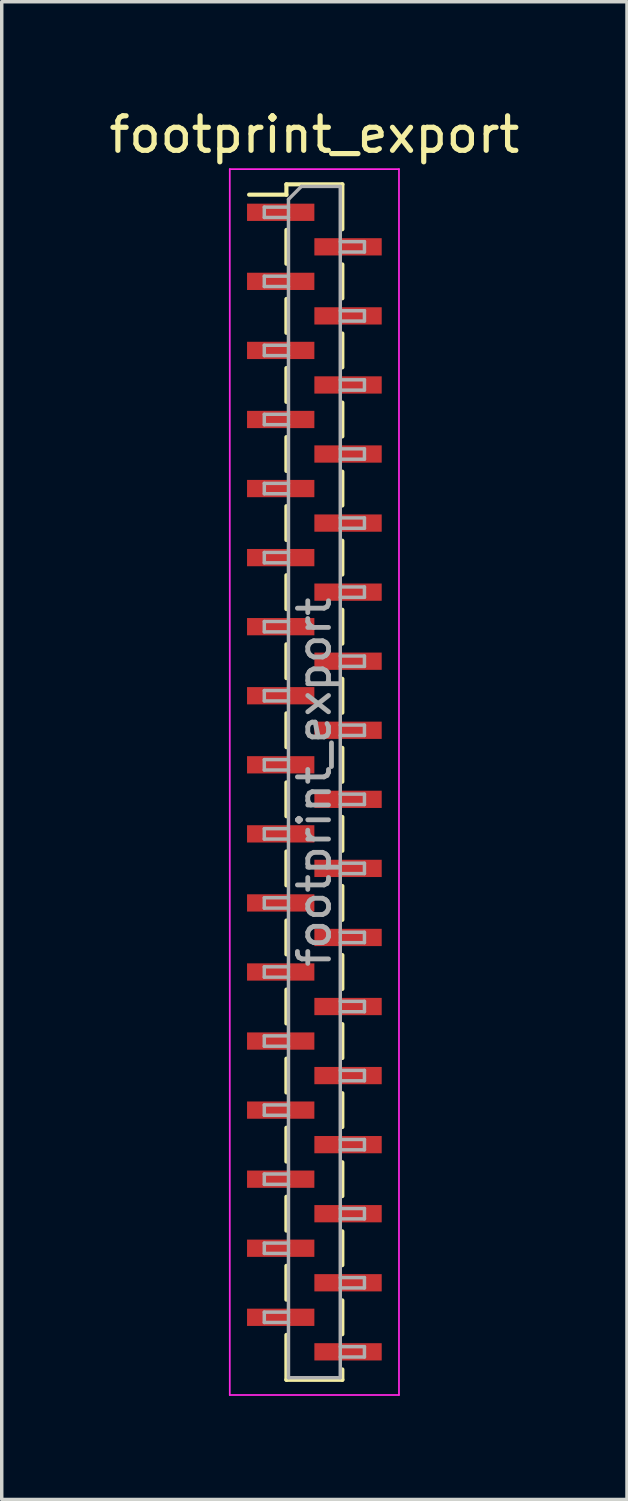
<source format=kicad_pcb>
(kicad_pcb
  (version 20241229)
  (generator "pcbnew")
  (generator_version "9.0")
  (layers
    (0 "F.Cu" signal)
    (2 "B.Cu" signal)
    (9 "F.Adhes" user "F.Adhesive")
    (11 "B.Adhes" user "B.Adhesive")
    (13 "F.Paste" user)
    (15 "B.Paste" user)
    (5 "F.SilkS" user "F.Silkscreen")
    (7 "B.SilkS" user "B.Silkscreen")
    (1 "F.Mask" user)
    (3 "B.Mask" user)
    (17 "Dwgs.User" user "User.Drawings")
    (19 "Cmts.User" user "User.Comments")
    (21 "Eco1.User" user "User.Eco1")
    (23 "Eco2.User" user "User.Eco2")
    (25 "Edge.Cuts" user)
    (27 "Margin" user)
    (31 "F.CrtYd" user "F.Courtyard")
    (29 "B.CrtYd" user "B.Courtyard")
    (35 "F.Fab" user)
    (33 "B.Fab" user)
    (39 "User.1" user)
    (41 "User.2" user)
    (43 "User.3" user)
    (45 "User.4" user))
  (footprint "footprint_export"
    (layer "F.Cu")
    (at 6.054 19.598)
    (property "Reference" "footprint_export" (at 0 -18.75 0) (layer "F.SilkS") (effects (font (size 1 1) (thickness 0.15))))
    (attr smd)
    (fp_line (start -1.89 -17.01) (end -0.81 -17.01) (stroke (width 0.12) (type solid)) (layer "F.SilkS"))
    (fp_line (start -0.81 -17.31) (end -0.81 -17.01) (stroke (width 0.12) (type solid)) (layer "F.SilkS"))
    (fp_line (start -0.81 -17.31) (end 0.81 -17.31) (stroke (width 0.12) (type solid)) (layer "F.SilkS"))
    (fp_line (start -0.81 -15.99) (end -0.81 -15.01) (stroke (width 0.12) (type solid)) (layer "F.SilkS"))
    (fp_line (start -0.81 -13.99) (end -0.81 -13.01) (stroke (width 0.12) (type solid)) (layer "F.SilkS"))
    (fp_line (start -0.81 -11.99) (end -0.81 -11.01) (stroke (width 0.12) (type solid)) (layer "F.SilkS"))
    (fp_line (start -0.81 -9.99) (end -0.81 -9.01) (stroke (width 0.12) (type solid)) (layer "F.SilkS"))
    (fp_line (start -0.81 -7.99) (end -0.81 -7.01) (stroke (width 0.12) (type solid)) (layer "F.SilkS"))
    (fp_line (start -0.81 -5.99) (end -0.81 -5.01) (stroke (width 0.12) (type solid)) (layer "F.SilkS"))
    (fp_line (start -0.81 -3.99) (end -0.81 -3.01) (stroke (width 0.12) (type solid)) (layer "F.SilkS"))
    (fp_line (start -0.81 -1.99) (end -0.81 -1.01) (stroke (width 0.12) (type solid)) (layer "F.SilkS"))
    (fp_line (start -0.81 0.01) (end -0.81 0.99) (stroke (width 0.12) (type solid)) (layer "F.SilkS"))
    (fp_line (start -0.81 2.01) (end -0.81 2.99) (stroke (width 0.12) (type solid)) (layer "F.SilkS"))
    (fp_line (start -0.81 4.01) (end -0.81 4.99) (stroke (width 0.12) (type solid)) (layer "F.SilkS"))
    (fp_line (start -0.81 6.01) (end -0.81 6.99) (stroke (width 0.12) (type solid)) (layer "F.SilkS"))
    (fp_line (start -0.81 8.01) (end -0.81 8.99) (stroke (width 0.12) (type solid)) (layer "F.SilkS"))
    (fp_line (start -0.81 10.01) (end -0.81 10.99) (stroke (width 0.12) (type solid)) (layer "F.SilkS"))
    (fp_line (start -0.81 12.01) (end -0.81 12.99) (stroke (width 0.12) (type solid)) (layer "F.SilkS"))
    (fp_line (start -0.81 14.01) (end -0.81 14.99) (stroke (width 0.12) (type solid)) (layer "F.SilkS"))
    (fp_line (start -0.81 16.01) (end -0.81 17.31) (stroke (width 0.12) (type solid)) (layer "F.SilkS"))
    (fp_line (start -0.81 17.31) (end 0.81 17.31) (stroke (width 0.12) (type solid)) (layer "F.SilkS"))
    (fp_line (start 0.81 -17.31) (end 0.81 -16.01) (stroke (width 0.12) (type solid)) (layer "F.SilkS"))
    (fp_line (start 0.81 -14.99) (end 0.81 -14.01) (stroke (width 0.12) (type solid)) (layer "F.SilkS"))
    (fp_line (start 0.81 -12.99) (end 0.81 -12.01) (stroke (width 0.12) (type solid)) (layer "F.SilkS"))
    (fp_line (start 0.81 -10.99) (end 0.81 -10.01) (stroke (width 0.12) (type solid)) (layer "F.SilkS"))
    (fp_line (start 0.81 -8.99) (end 0.81 -8.01) (stroke (width 0.12) (type solid)) (layer "F.SilkS"))
    (fp_line (start 0.81 -6.99) (end 0.81 -6.01) (stroke (width 0.12) (type solid)) (layer "F.SilkS"))
    (fp_line (start 0.81 -4.99) (end 0.81 -4.01) (stroke (width 0.12) (type solid)) (layer "F.SilkS"))
    (fp_line (start 0.81 -2.99) (end 0.81 -2.01) (stroke (width 0.12) (type solid)) (layer "F.SilkS"))
    (fp_line (start 0.81 -0.99) (end 0.81 -0.01) (stroke (width 0.12) (type solid)) (layer "F.SilkS"))
    (fp_line (start 0.81 1.01) (end 0.81 1.99) (stroke (width 0.12) (type solid)) (layer "F.SilkS"))
    (fp_line (start 0.81 3.01) (end 0.81 3.99) (stroke (width 0.12) (type solid)) (layer "F.SilkS"))
    (fp_line (start 0.81 5.01) (end 0.81 5.99) (stroke (width 0.12) (type solid)) (layer "F.SilkS"))
    (fp_line (start 0.81 7.01) (end 0.81 7.99) (stroke (width 0.12) (type solid)) (layer "F.SilkS"))
    (fp_line (start 0.81 9.01) (end 0.81 9.99) (stroke (width 0.12) (type solid)) (layer "F.SilkS"))
    (fp_line (start 0.81 11.01) (end 0.81 11.99) (stroke (width 0.12) (type solid)) (layer "F.SilkS"))
    (fp_line (start 0.81 13.01) (end 0.81 13.99) (stroke (width 0.12) (type solid)) (layer "F.SilkS"))
    (fp_line (start 0.81 15.01) (end 0.81 15.99) (stroke (width 0.12) (type solid)) (layer "F.SilkS"))
    (fp_line (start 0.81 17.01) (end 0.81 17.31) (stroke (width 0.12) (type solid)) (layer "F.SilkS"))
    (fp_line (start -2.45 -17.75) (end 2.45 -17.75) (stroke (width 0.05) (type solid)) (layer "F.CrtYd"))
    (fp_line (start -2.45 17.75) (end -2.45 -17.75) (stroke (width 0.05) (type solid)) (layer "F.CrtYd"))
    (fp_line (start 2.45 -17.75) (end 2.45 17.75) (stroke (width 0.05) (type solid)) (layer "F.CrtYd"))
    (fp_line (start 2.45 17.75) (end -2.45 17.75) (stroke (width 0.05) (type solid)) (layer "F.CrtYd"))
    (fp_line (start -1.45 -16.65) (end -0.75 -16.65) (stroke (width 0.1) (type solid)) (layer "F.Fab"))
    (fp_line (start -1.45 -16.35) (end -1.45 -16.65) (stroke (width 0.1) (type solid)) (layer "F.Fab"))
    (fp_line (start -1.45 -14.65) (end -0.75 -14.65) (stroke (width 0.1) (type solid)) (layer "F.Fab"))
    (fp_line (start -1.45 -14.35) (end -1.45 -14.65) (stroke (width 0.1) (type solid)) (layer "F.Fab"))
    (fp_line (start -1.45 -12.65) (end -0.75 -12.65) (stroke (width 0.1) (type solid)) (layer "F.Fab"))
    (fp_line (start -1.45 -12.35) (end -1.45 -12.65) (stroke (width 0.1) (type solid)) (layer "F.Fab"))
    (fp_line (start -1.45 -10.65) (end -0.75 -10.65) (stroke (width 0.1) (type solid)) (layer "F.Fab"))
    (fp_line (start -1.45 -10.35) (end -1.45 -10.65) (stroke (width 0.1) (type solid)) (layer "F.Fab"))
    (fp_line (start -1.45 -8.65) (end -0.75 -8.65) (stroke (width 0.1) (type solid)) (layer "F.Fab"))
    (fp_line (start -1.45 -8.35) (end -1.45 -8.65) (stroke (width 0.1) (type solid)) (layer "F.Fab"))
    (fp_line (start -1.45 -6.65) (end -0.75 -6.65) (stroke (width 0.1) (type solid)) (layer "F.Fab"))
    (fp_line (start -1.45 -6.35) (end -1.45 -6.65) (stroke (width 0.1) (type solid)) (layer "F.Fab"))
    (fp_line (start -1.45 -4.65) (end -0.75 -4.65) (stroke (width 0.1) (type solid)) (layer "F.Fab"))
    (fp_line (start -1.45 -4.35) (end -1.45 -4.65) (stroke (width 0.1) (type solid)) (layer "F.Fab"))
    (fp_line (start -1.45 -2.65) (end -0.75 -2.65) (stroke (width 0.1) (type solid)) (layer "F.Fab"))
    (fp_line (start -1.45 -2.35) (end -1.45 -2.65) (stroke (width 0.1) (type solid)) (layer "F.Fab"))
    (fp_line (start -1.45 -0.65) (end -0.75 -0.65) (stroke (width 0.1) (type solid)) (layer "F.Fab"))
    (fp_line (start -1.45 -0.35) (end -1.45 -0.65) (stroke (width 0.1) (type solid)) (layer "F.Fab"))
    (fp_line (start -1.45 1.35) (end -0.75 1.35) (stroke (width 0.1) (type solid)) (layer "F.Fab"))
    (fp_line (start -1.45 1.65) (end -1.45 1.35) (stroke (width 0.1) (type solid)) (layer "F.Fab"))
    (fp_line (start -1.45 3.35) (end -0.75 3.35) (stroke (width 0.1) (type solid)) (layer "F.Fab"))
    (fp_line (start -1.45 3.65) (end -1.45 3.35) (stroke (width 0.1) (type solid)) (layer "F.Fab"))
    (fp_line (start -1.45 5.35) (end -0.75 5.35) (stroke (width 0.1) (type solid)) (layer "F.Fab"))
    (fp_line (start -1.45 5.65) (end -1.45 5.35) (stroke (width 0.1) (type solid)) (layer "F.Fab"))
    (fp_line (start -1.45 7.35) (end -0.75 7.35) (stroke (width 0.1) (type solid)) (layer "F.Fab"))
    (fp_line (start -1.45 7.65) (end -1.45 7.35) (stroke (width 0.1) (type solid)) (layer "F.Fab"))
    (fp_line (start -1.45 9.35) (end -0.75 9.35) (stroke (width 0.1) (type solid)) (layer "F.Fab"))
    (fp_line (start -1.45 9.65) (end -1.45 9.35) (stroke (width 0.1) (type solid)) (layer "F.Fab"))
    (fp_line (start -1.45 11.35) (end -0.75 11.35) (stroke (width 0.1) (type solid)) (layer "F.Fab"))
    (fp_line (start -1.45 11.65) (end -1.45 11.35) (stroke (width 0.1) (type solid)) (layer "F.Fab"))
    (fp_line (start -1.45 13.35) (end -0.75 13.35) (stroke (width 0.1) (type solid)) (layer "F.Fab"))
    (fp_line (start -1.45 13.65) (end -1.45 13.35) (stroke (width 0.1) (type solid)) (layer "F.Fab"))
    (fp_line (start -1.45 15.35) (end -0.75 15.35) (stroke (width 0.1) (type solid)) (layer "F.Fab"))
    (fp_line (start -1.45 15.65) (end -1.45 15.35) (stroke (width 0.1) (type solid)) (layer "F.Fab"))
    (fp_line (start -0.75 -16.875) (end -0.375 -17.25) (stroke (width 0.1) (type solid)) (layer "F.Fab"))
    (fp_line (start -0.75 -16.35) (end -1.45 -16.35) (stroke (width 0.1) (type solid)) (layer "F.Fab"))
    (fp_line (start -0.75 -14.35) (end -1.45 -14.35) (stroke (width 0.1) (type solid)) (layer "F.Fab"))
    (fp_line (start -0.75 -12.35) (end -1.45 -12.35) (stroke (width 0.1) (type solid)) (layer "F.Fab"))
    (fp_line (start -0.75 -10.35) (end -1.45 -10.35) (stroke (width 0.1) (type solid)) (layer "F.Fab"))
    (fp_line (start -0.75 -8.35) (end -1.45 -8.35) (stroke (width 0.1) (type solid)) (layer "F.Fab"))
    (fp_line (start -0.75 -6.35) (end -1.45 -6.35) (stroke (width 0.1) (type solid)) (layer "F.Fab"))
    (fp_line (start -0.75 -4.35) (end -1.45 -4.35) (stroke (width 0.1) (type solid)) (layer "F.Fab"))
    (fp_line (start -0.75 -2.35) (end -1.45 -2.35) (stroke (width 0.1) (type solid)) (layer "F.Fab"))
    (fp_line (start -0.75 -0.35) (end -1.45 -0.35) (stroke (width 0.1) (type solid)) (layer "F.Fab"))
    (fp_line (start -0.75 1.65) (end -1.45 1.65) (stroke (width 0.1) (type solid)) (layer "F.Fab"))
    (fp_line (start -0.75 3.65) (end -1.45 3.65) (stroke (width 0.1) (type solid)) (layer "F.Fab"))
    (fp_line (start -0.75 5.65) (end -1.45 5.65) (stroke (width 0.1) (type solid)) (layer "F.Fab"))
    (fp_line (start -0.75 7.65) (end -1.45 7.65) (stroke (width 0.1) (type solid)) (layer "F.Fab"))
    (fp_line (start -0.75 9.65) (end -1.45 9.65) (stroke (width 0.1) (type solid)) (layer "F.Fab"))
    (fp_line (start -0.75 11.65) (end -1.45 11.65) (stroke (width 0.1) (type solid)) (layer "F.Fab"))
    (fp_line (start -0.75 13.65) (end -1.45 13.65) (stroke (width 0.1) (type solid)) (layer "F.Fab"))
    (fp_line (start -0.75 15.65) (end -1.45 15.65) (stroke (width 0.1) (type solid)) (layer "F.Fab"))
    (fp_line (start -0.75 17.25) (end -0.75 -16.875) (stroke (width 0.1) (type solid)) (layer "F.Fab"))
    (fp_line (start -0.375 -17.25) (end 0.75 -17.25) (stroke (width 0.1) (type solid)) (layer "F.Fab"))
    (fp_line (start 0.75 -17.25) (end 0.75 17.25) (stroke (width 0.1) (type solid)) (layer "F.Fab"))
    (fp_line (start 0.75 -15.65) (end 1.45 -15.65) (stroke (width 0.1) (type solid)) (layer "F.Fab"))
    (fp_line (start 0.75 -13.65) (end 1.45 -13.65) (stroke (width 0.1) (type solid)) (layer "F.Fab"))
    (fp_line (start 0.75 -11.65) (end 1.45 -11.65) (stroke (width 0.1) (type solid)) (layer "F.Fab"))
    (fp_line (start 0.75 -9.65) (end 1.45 -9.65) (stroke (width 0.1) (type solid)) (layer "F.Fab"))
    (fp_line (start 0.75 -7.65) (end 1.45 -7.65) (stroke (width 0.1) (type solid)) (layer "F.Fab"))
    (fp_line (start 0.75 -5.65) (end 1.45 -5.65) (stroke (width 0.1) (type solid)) (layer "F.Fab"))
    (fp_line (start 0.75 -3.65) (end 1.45 -3.65) (stroke (width 0.1) (type solid)) (layer "F.Fab"))
    (fp_line (start 0.75 -1.65) (end 1.45 -1.65) (stroke (width 0.1) (type solid)) (layer "F.Fab"))
    (fp_line (start 0.75 0.35) (end 1.45 0.35) (stroke (width 0.1) (type solid)) (layer "F.Fab"))
    (fp_line (start 0.75 2.35) (end 1.45 2.35) (stroke (width 0.1) (type solid)) (layer "F.Fab"))
    (fp_line (start 0.75 4.35) (end 1.45 4.35) (stroke (width 0.1) (type solid)) (layer "F.Fab"))
    (fp_line (start 0.75 6.35) (end 1.45 6.35) (stroke (width 0.1) (type solid)) (layer "F.Fab"))
    (fp_line (start 0.75 8.35) (end 1.45 8.35) (stroke (width 0.1) (type solid)) (layer "F.Fab"))
    (fp_line (start 0.75 10.35) (end 1.45 10.35) (stroke (width 0.1) (type solid)) (layer "F.Fab"))
    (fp_line (start 0.75 12.35) (end 1.45 12.35) (stroke (width 0.1) (type solid)) (layer "F.Fab"))
    (fp_line (start 0.75 14.35) (end 1.45 14.35) (stroke (width 0.1) (type solid)) (layer "F.Fab"))
    (fp_line (start 0.75 16.35) (end 1.45 16.35) (stroke (width 0.1) (type solid)) (layer "F.Fab"))
    (fp_line (start 0.75 17.25) (end -0.75 17.25) (stroke (width 0.1) (type solid)) (layer "F.Fab"))
    (fp_line (start 1.45 -15.65) (end 1.45 -15.35) (stroke (width 0.1) (type solid)) (layer "F.Fab"))
    (fp_line (start 1.45 -15.35) (end 0.75 -15.35) (stroke (width 0.1) (type solid)) (layer "F.Fab"))
    (fp_line (start 1.45 -13.65) (end 1.45 -13.35) (stroke (width 0.1) (type solid)) (layer "F.Fab"))
    (fp_line (start 1.45 -13.35) (end 0.75 -13.35) (stroke (width 0.1) (type solid)) (layer "F.Fab"))
    (fp_line (start 1.45 -11.65) (end 1.45 -11.35) (stroke (width 0.1) (type solid)) (layer "F.Fab"))
    (fp_line (start 1.45 -11.35) (end 0.75 -11.35) (stroke (width 0.1) (type solid)) (layer "F.Fab"))
    (fp_line (start 1.45 -9.65) (end 1.45 -9.35) (stroke (width 0.1) (type solid)) (layer "F.Fab"))
    (fp_line (start 1.45 -9.35) (end 0.75 -9.35) (stroke (width 0.1) (type solid)) (layer "F.Fab"))
    (fp_line (start 1.45 -7.65) (end 1.45 -7.35) (stroke (width 0.1) (type solid)) (layer "F.Fab"))
    (fp_line (start 1.45 -7.35) (end 0.75 -7.35) (stroke (width 0.1) (type solid)) (layer "F.Fab"))
    (fp_line (start 1.45 -5.65) (end 1.45 -5.35) (stroke (width 0.1) (type solid)) (layer "F.Fab"))
    (fp_line (start 1.45 -5.35) (end 0.75 -5.35) (stroke (width 0.1) (type solid)) (layer "F.Fab"))
    (fp_line (start 1.45 -3.65) (end 1.45 -3.35) (stroke (width 0.1) (type solid)) (layer "F.Fab"))
    (fp_line (start 1.45 -3.35) (end 0.75 -3.35) (stroke (width 0.1) (type solid)) (layer "F.Fab"))
    (fp_line (start 1.45 -1.65) (end 1.45 -1.35) (stroke (width 0.1) (type solid)) (layer "F.Fab"))
    (fp_line (start 1.45 -1.35) (end 0.75 -1.35) (stroke (width 0.1) (type solid)) (layer "F.Fab"))
    (fp_line (start 1.45 0.35) (end 1.45 0.65) (stroke (width 0.1) (type solid)) (layer "F.Fab"))
    (fp_line (start 1.45 0.65) (end 0.75 0.65) (stroke (width 0.1) (type solid)) (layer "F.Fab"))
    (fp_line (start 1.45 2.35) (end 1.45 2.65) (stroke (width 0.1) (type solid)) (layer "F.Fab"))
    (fp_line (start 1.45 2.65) (end 0.75 2.65) (stroke (width 0.1) (type solid)) (layer "F.Fab"))
    (fp_line (start 1.45 4.35) (end 1.45 4.65) (stroke (width 0.1) (type solid)) (layer "F.Fab"))
    (fp_line (start 1.45 4.65) (end 0.75 4.65) (stroke (width 0.1) (type solid)) (layer "F.Fab"))
    (fp_line (start 1.45 6.35) (end 1.45 6.65) (stroke (width 0.1) (type solid)) (layer "F.Fab"))
    (fp_line (start 1.45 6.65) (end 0.75 6.65) (stroke (width 0.1) (type solid)) (layer "F.Fab"))
    (fp_line (start 1.45 8.35) (end 1.45 8.65) (stroke (width 0.1) (type solid)) (layer "F.Fab"))
    (fp_line (start 1.45 8.65) (end 0.75 8.65) (stroke (width 0.1) (type solid)) (layer "F.Fab"))
    (fp_line (start 1.45 10.35) (end 1.45 10.65) (stroke (width 0.1) (type solid)) (layer "F.Fab"))
    (fp_line (start 1.45 10.65) (end 0.75 10.65) (stroke (width 0.1) (type solid)) (layer "F.Fab"))
    (fp_line (start 1.45 12.35) (end 1.45 12.65) (stroke (width 0.1) (type solid)) (layer "F.Fab"))
    (fp_line (start 1.45 12.65) (end 0.75 12.65) (stroke (width 0.1) (type solid)) (layer "F.Fab"))
    (fp_line (start 1.45 14.35) (end 1.45 14.65) (stroke (width 0.1) (type solid)) (layer "F.Fab"))
    (fp_line (start 1.45 14.65) (end 0.75 14.65) (stroke (width 0.1) (type solid)) (layer "F.Fab"))
    (fp_line (start 1.45 16.35) (end 1.45 16.65) (stroke (width 0.1) (type solid)) (layer "F.Fab"))
    (fp_line (start 1.45 16.65) (end 0.75 16.65) (stroke (width 0.1) (type solid)) (layer "F.Fab"))
    (fp_text user "${REFERENCE}" (at 0 0 90) (layer "F.Fab") (effects (font (size 0.9 0.9) (thickness 0.14))))
    (pad "1" smd rect (at -0.975 -16.5) (size 1.95 0.5) (layers "F.Cu" "F.Mask" "F.Paste"))
    (pad "2" smd rect (at 0.975 -15.5) (size 1.95 0.5) (layers "F.Cu" "F.Mask" "F.Paste"))
    (pad "3" smd rect (at -0.975 -14.5) (size 1.95 0.5) (layers "F.Cu" "F.Mask" "F.Paste"))
    (pad "4" smd rect (at 0.975 -13.5) (size 1.95 0.5) (layers "F.Cu" "F.Mask" "F.Paste"))
    (pad "5" smd rect (at -0.975 -12.5) (size 1.95 0.5) (layers "F.Cu" "F.Mask" "F.Paste"))
    (pad "6" smd rect (at 0.975 -11.5) (size 1.95 0.5) (layers "F.Cu" "F.Mask" "F.Paste"))
    (pad "7" smd rect (at -0.975 -10.5) (size 1.95 0.5) (layers "F.Cu" "F.Mask" "F.Paste"))
    (pad "8" smd rect (at 0.975 -9.5) (size 1.95 0.5) (layers "F.Cu" "F.Mask" "F.Paste"))
    (pad "9" smd rect (at -0.975 -8.5) (size 1.95 0.5) (layers "F.Cu" "F.Mask" "F.Paste"))
    (pad "10" smd rect (at 0.975 -7.5) (size 1.95 0.5) (layers "F.Cu" "F.Mask" "F.Paste"))
    (pad "11" smd rect (at -0.975 -6.5) (size 1.95 0.5) (layers "F.Cu" "F.Mask" "F.Paste"))
    (pad "12" smd rect (at 0.975 -5.5) (size 1.95 0.5) (layers "F.Cu" "F.Mask" "F.Paste"))
    (pad "13" smd rect (at -0.975 -4.5) (size 1.95 0.5) (layers "F.Cu" "F.Mask" "F.Paste"))
    (pad "14" smd rect (at 0.975 -3.5) (size 1.95 0.5) (layers "F.Cu" "F.Mask" "F.Paste"))
    (pad "15" smd rect (at -0.975 -2.5) (size 1.95 0.5) (layers "F.Cu" "F.Mask" "F.Paste"))
    (pad "16" smd rect (at 0.975 -1.5) (size 1.95 0.5) (layers "F.Cu" "F.Mask" "F.Paste"))
    (pad "17" smd rect (at -0.975 -0.5) (size 1.95 0.5) (layers "F.Cu" "F.Mask" "F.Paste"))
    (pad "18" smd rect (at 0.975 0.5) (size 1.95 0.5) (layers "F.Cu" "F.Mask" "F.Paste"))
    (pad "19" smd rect (at -0.975 1.5) (size 1.95 0.5) (layers "F.Cu" "F.Mask" "F.Paste"))
    (pad "20" smd rect (at 0.975 2.5) (size 1.95 0.5) (layers "F.Cu" "F.Mask" "F.Paste"))
    (pad "21" smd rect (at -0.975 3.5) (size 1.95 0.5) (layers "F.Cu" "F.Mask" "F.Paste"))
    (pad "22" smd rect (at 0.975 4.5) (size 1.95 0.5) (layers "F.Cu" "F.Mask" "F.Paste"))
    (pad "23" smd rect (at -0.975 5.5) (size 1.95 0.5) (layers "F.Cu" "F.Mask" "F.Paste"))
    (pad "24" smd rect (at 0.975 6.5) (size 1.95 0.5) (layers "F.Cu" "F.Mask" "F.Paste"))
    (pad "25" smd rect (at -0.975 7.5) (size 1.95 0.5) (layers "F.Cu" "F.Mask" "F.Paste"))
    (pad "26" smd rect (at 0.975 8.5) (size 1.95 0.5) (layers "F.Cu" "F.Mask" "F.Paste"))
    (pad "27" smd rect (at -0.975 9.5) (size 1.95 0.5) (layers "F.Cu" "F.Mask" "F.Paste"))
    (pad "28" smd rect (at 0.975 10.5) (size 1.95 0.5) (layers "F.Cu" "F.Mask" "F.Paste"))
    (pad "29" smd rect (at -0.975 11.5) (size 1.95 0.5) (layers "F.Cu" "F.Mask" "F.Paste"))
    (pad "30" smd rect (at 0.975 12.5) (size 1.95 0.5) (layers "F.Cu" "F.Mask" "F.Paste"))
    (pad "31" smd rect (at -0.975 13.5) (size 1.95 0.5) (layers "F.Cu" "F.Mask" "F.Paste"))
    (pad "32" smd rect (at 0.975 14.5) (size 1.95 0.5) (layers "F.Cu" "F.Mask" "F.Paste"))
    (pad "33" smd rect (at -0.975 15.5) (size 1.95 0.5) (layers "F.Cu" "F.Mask" "F.Paste"))
    (pad "34" smd rect (at 0.975 16.5) (size 1.95 0.5) (layers "F.Cu" "F.Mask" "F.Paste")))
  (gr_rect
    (start -3 -3)
    (end 15.107 40.373)
    (stroke (width 0.1) (type default))
    (fill no)
    (layer "Edge.Cuts")))
</source>
